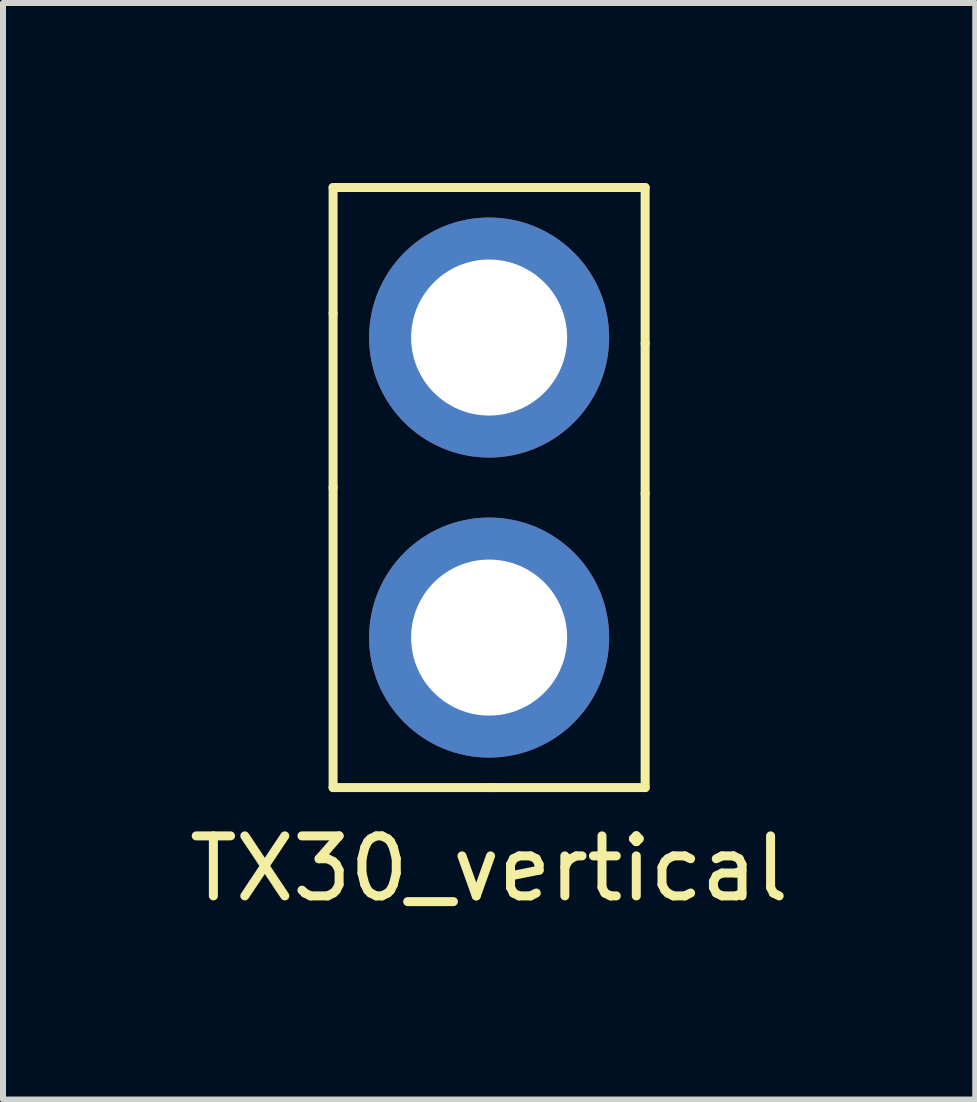
<source format=kicad_pcb>
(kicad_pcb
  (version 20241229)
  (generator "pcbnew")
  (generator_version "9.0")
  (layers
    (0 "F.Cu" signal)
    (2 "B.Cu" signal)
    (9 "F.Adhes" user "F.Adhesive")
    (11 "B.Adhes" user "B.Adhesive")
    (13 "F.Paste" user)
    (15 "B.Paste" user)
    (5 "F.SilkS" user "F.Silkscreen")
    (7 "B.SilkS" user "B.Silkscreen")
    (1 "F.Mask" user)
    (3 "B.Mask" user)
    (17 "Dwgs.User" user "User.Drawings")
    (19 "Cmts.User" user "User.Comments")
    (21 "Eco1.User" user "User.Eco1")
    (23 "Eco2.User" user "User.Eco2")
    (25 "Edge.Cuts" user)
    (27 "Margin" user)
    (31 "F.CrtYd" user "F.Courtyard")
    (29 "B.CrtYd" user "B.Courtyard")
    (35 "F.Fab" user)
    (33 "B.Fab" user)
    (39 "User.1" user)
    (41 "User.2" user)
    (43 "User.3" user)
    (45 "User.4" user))
  (footprint "TX30_vertical"
    (layer "F.Cu")
    (at 5.101 5.075)
    (property "Reference" "TX30_vertical" (at 0 6.35 0) (layer "F.SilkS") (effects (font (size 1 1) (thickness 0.15))))
    (attr through_hole)
    (fp_line (start -2.6 -5) (end 0 -5) (stroke (width 0.15) (type solid)) (layer "F.SilkS"))
    (fp_line (start -2.6 -2.9) (end -2.6 -5) (stroke (width 0.15) (type solid)) (layer "F.SilkS"))
    (fp_line (start -2.6 0) (end -2.6 -2.9) (stroke (width 0.15) (type solid)) (layer "F.SilkS"))
    (fp_line (start -2.6 5) (end -2.6 0) (stroke (width 0.15) (type solid)) (layer "F.SilkS"))
    (fp_line (start 0 -5) (end 0.1 -5) (stroke (width 0.15) (type solid)) (layer "F.SilkS"))
    (fp_line (start 0 5) (end -2.6 5) (stroke (width 0.15) (type solid)) (layer "F.SilkS"))
    (fp_line (start 0 5) (end 0.1 5) (stroke (width 0.15) (type solid)) (layer "F.SilkS"))
    (fp_line (start 0.1 -5) (end 2.6 -5) (stroke (width 0.15) (type solid)) (layer "F.SilkS"))
    (fp_line (start 2.6 -5) (end 2.6 -2.4) (stroke (width 0.15) (type solid)) (layer "F.SilkS"))
    (fp_line (start 2.6 0.1) (end 2.6 -2.4) (stroke (width 0.15) (type solid)) (layer "F.SilkS"))
    (fp_line (start 2.6 0.1) (end 2.6 5) (stroke (width 0.15) (type solid)) (layer "F.SilkS"))
    (fp_line (start 2.6 5) (end 0.1 5) (stroke (width 0.15) (type solid)) (layer "F.SilkS"))
    (pad "1" thru_hole circle (at 0 -2.5) (size 4 4) (drill 2.6) (layers "*.Cu" "*.Mask"))
    (pad "2" thru_hole circle (at 0 2.5) (size 4 4) (drill 2.6) (layers "*.Cu" "*.Mask")))
  (gr_rect
    (start -3 -3)
    (end 13.202 15.273)
    (stroke (width 0.1) (type default))
    (fill no)
    (layer "Edge.Cuts")))
</source>
